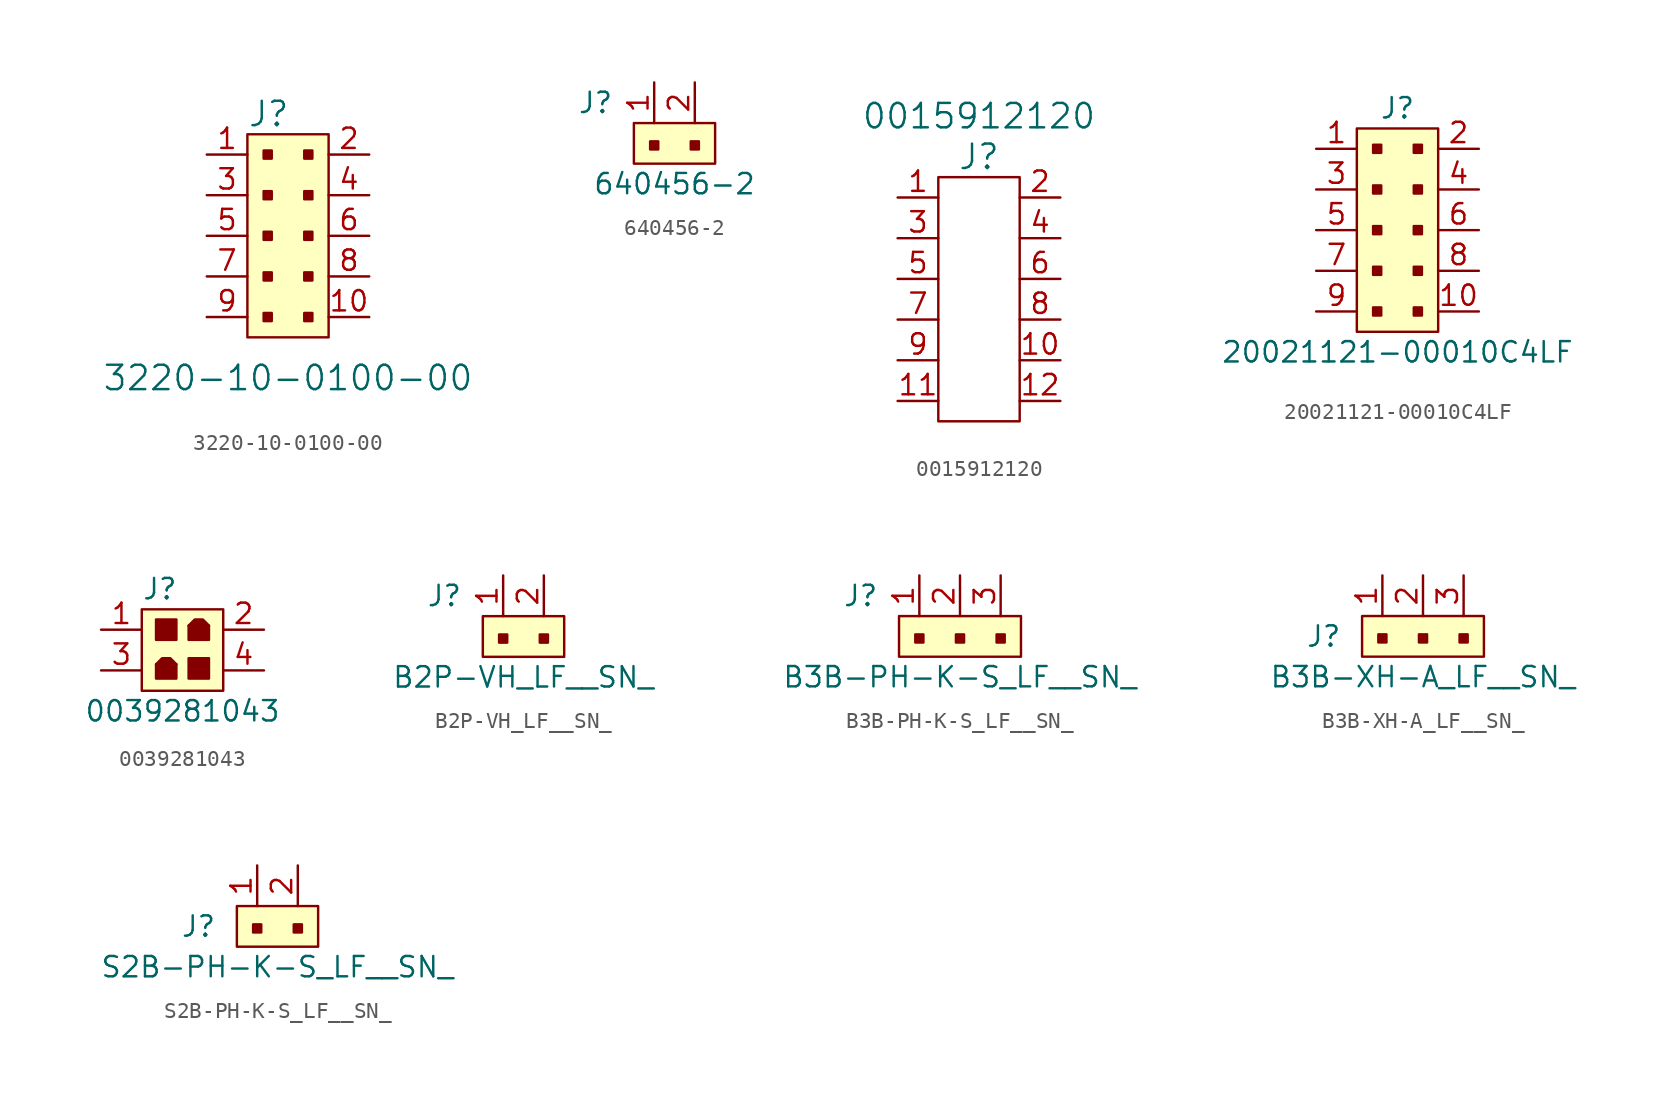
<source format=kicad_sym>
(kicad_symbol_lib
  (version 20211014)
  (generator kicad_symbol_editor)
  (symbol "3220-10-0100-00"
    (pin_names
      (offset 1.016))
    (property "Reference" "J"
      (at -2.54 7.62 0)
      (effects (font (size 1.524 1.524)) (justify left)))
    (property "Value" "3220-10-0100-00"
      (at 0 -8.89 0)
      (effects (font (size 1.524 1.524))))
    (symbol "3220-10-0100-00_0_1"
      (rectangle (start -2.54 6.35) (end 2.54 -6.35) (stroke (width 0) (type default) (color 0 0 0 0)) (fill (type background)))
      (rectangle (start -1.524 -4.826) (end -1.016 -5.334) (stroke (width 0) (type default) (color 0 0 0 0)) (fill (type outline)))
      (rectangle (start -1.524 -2.286) (end -1.016 -2.794) (stroke (width 0) (type default) (color 0 0 0 0)) (fill (type outline)))
      (rectangle (start -1.524 0.254) (end -1.016 -0.254) (stroke (width 0) (type default) (color 0 0 0 0)) (fill (type outline)))
      (rectangle (start -1.524 2.794) (end -1.016 2.286) (stroke (width 0) (type default) (color 0 0 0 0)) (fill (type outline)))
      (rectangle (start -1.524 5.334) (end -1.016 4.826) (stroke (width 0) (type default) (color 0 0 0 0)) (fill (type outline)))
      (rectangle (start 1.016 -4.826) (end 1.524 -5.334) (stroke (width 0) (type default) (color 0 0 0 0)) (fill (type outline)))
      (rectangle (start 1.016 -2.286) (end 1.524 -2.794) (stroke (width 0) (type default) (color 0 0 0 0)) (fill (type outline)))
      (rectangle (start 1.016 0.254) (end 1.524 -0.254) (stroke (width 0) (type default) (color 0 0 0 0)) (fill (type outline)))
      (rectangle (start 1.016 2.794) (end 1.524 2.286) (stroke (width 0) (type default) (color 0 0 0 0)) (fill (type outline)))
      (rectangle (start 1.016 5.334) (end 1.524 4.826) (stroke (width 0) (type default) (color 0 0 0 0)) (fill (type outline))))
    (symbol "3220-10-0100-00_1_1"
      (pin passive line (at -5.08 5.08 0) (length 2.54) (name "~" (effects (font (size 1.27 1.27)))) (number "1" (effects (font (size 1.27 1.27)))))
      (pin passive line (at 5.08 -5.08 180) (length 2.54) (name "~" (effects (font (size 1.27 1.27)))) (number "10" (effects (font (size 1.27 1.27)))))
      (pin passive line (at 5.08 5.08 180) (length 2.54) (name "~" (effects (font (size 1.27 1.27)))) (number "2" (effects (font (size 1.27 1.27)))))
      (pin passive line (at -5.08 2.54 0) (length 2.54) (name "~" (effects (font (size 1.27 1.27)))) (number "3" (effects (font (size 1.27 1.27)))))
      (pin passive line (at 5.08 2.54 180) (length 2.54) (name "~" (effects (font (size 1.27 1.27)))) (number "4" (effects (font (size 1.27 1.27)))))
      (pin passive line (at -5.08 0 0) (length 2.54) (name "~" (effects (font (size 1.27 1.27)))) (number "5" (effects (font (size 1.27 1.27)))))
      (pin passive line (at 5.08 0 180) (length 2.54) (name "~" (effects (font (size 1.27 1.27)))) (number "6" (effects (font (size 1.27 1.27)))))
      (pin passive line (at -5.08 -2.54 0) (length 2.54) (name "~" (effects (font (size 1.27 1.27)))) (number "7" (effects (font (size 1.27 1.27)))))
      (pin passive line (at 5.08 -2.54 180) (length 2.54) (name "~" (effects (font (size 1.27 1.27)))) (number "8" (effects (font (size 1.27 1.27)))))
      (pin passive line (at -5.08 -5.08 0) (length 2.54) (name "~" (effects (font (size 1.27 1.27)))) (number "9" (effects (font (size 1.27 1.27)))))))
  (symbol "640456-2"
    (pin_names
      (offset 1.016))
    (property "Reference" "J"
      (at -2.54 1.27 0)
      (effects (font (size 1.27 1.27)) (justify right)))
    (property "Value" "640456-2"
      (at 1.27 -3.81 0)
      (effects (font (size 1.27 1.27))))
    (symbol "640456-2_1_1"
      (rectangle (start -1.27 0) (end 3.81 -2.54) (stroke (width 0) (type default) (color 0 0 0 0)) (fill (type background)))
      (rectangle (start -0.254 -1.143) (end 0.254 -1.651) (stroke (width 0) (type default) (color 0 0 0 0)) (fill (type outline)))
      (rectangle (start 2.286 -1.143) (end 2.794 -1.651) (stroke (width 0) (type default) (color 0 0 0 0)) (fill (type outline)))
      (pin passive line (at 0 2.54 270) (length 2.54) (name "~" (effects (font (size 1.27 1.27)))) (number "1" (effects (font (size 1.27 1.27)))))
      (pin passive line (at 2.54 2.54 270) (length 2.54) (name "~" (effects (font (size 1.27 1.27)))) (number "2" (effects (font (size 1.27 1.27)))))))
  (symbol "0015912120"
    (pin_names
      (offset 1.016))
    (property "Reference" "J"
      (at 0 7.62 0)
      (effects (font (size 1.524 1.524))))
    (property "Value" "0015912120"
      (at 0 10.16 0)
      (effects (font (size 1.524 1.524))))
    (symbol "0015912120_0_1"
      (rectangle (start -2.54 6.35) (end 2.54 -8.89) (stroke (width 0) (type default) (color 0 0 0 0)) (fill (type none))))
    (symbol "0015912120_1_1"
      (pin passive line (at -5.08 5.08 0) (length 2.54) (name "~" (effects (font (size 1.27 1.27)))) (number "1" (effects (font (size 1.27 1.27)))))
      (pin passive line (at 5.08 -5.08 180) (length 2.54) (name "~" (effects (font (size 1.27 1.27)))) (number "10" (effects (font (size 1.27 1.27)))))
      (pin passive line (at -5.08 -7.62 0) (length 2.54) (name "~" (effects (font (size 1.27 1.27)))) (number "11" (effects (font (size 1.27 1.27)))))
      (pin passive line (at 5.08 -7.62 180) (length 2.54) (name "~" (effects (font (size 1.27 1.27)))) (number "12" (effects (font (size 1.27 1.27)))))
      (pin passive line (at 5.08 5.08 180) (length 2.54) (name "~" (effects (font (size 1.27 1.27)))) (number "2" (effects (font (size 1.27 1.27)))))
      (pin passive line (at -5.08 2.54 0) (length 2.54) (name "~" (effects (font (size 1.27 1.27)))) (number "3" (effects (font (size 1.27 1.27)))))
      (pin passive line (at 5.08 2.54 180) (length 2.54) (name "~" (effects (font (size 1.27 1.27)))) (number "4" (effects (font (size 1.27 1.27)))))
      (pin passive line (at -5.08 0 0) (length 2.54) (name "~" (effects (font (size 1.27 1.27)))) (number "5" (effects (font (size 1.27 1.27)))))
      (pin passive line (at 5.08 0 180) (length 2.54) (name "~" (effects (font (size 1.27 1.27)))) (number "6" (effects (font (size 1.27 1.27)))))
      (pin passive line (at -5.08 -2.54 0) (length 2.54) (name "~" (effects (font (size 1.27 1.27)))) (number "7" (effects (font (size 1.27 1.27)))))
      (pin passive line (at 5.08 -2.54 180) (length 2.54) (name "~" (effects (font (size 1.27 1.27)))) (number "8" (effects (font (size 1.27 1.27)))))
      (pin passive line (at -5.08 -5.08 0) (length 2.54) (name "~" (effects (font (size 1.27 1.27)))) (number "9" (effects (font (size 1.27 1.27)))))))
  (symbol "20021121-00010C4LF"
    (pin_names
      (offset 1.016))
    (property "Reference" "J"
      (at 0 7.62 0)
      (effects (font (size 1.27 1.27))))
    (property "Value" "20021121-00010C4LF"
      (at 0 -7.62 0)
      (effects (font (size 1.27 1.27))))
    (symbol "20021121-00010C4LF_1_1"
      (rectangle (start -2.54 6.35) (end 2.54 -6.35) (stroke (width 0) (type default) (color 0 0 0 0)) (fill (type background)))
      (rectangle (start -1.524 -4.826) (end -1.016 -5.334) (stroke (width 0) (type default) (color 0 0 0 0)) (fill (type outline)))
      (rectangle (start -1.524 -2.286) (end -1.016 -2.794) (stroke (width 0) (type default) (color 0 0 0 0)) (fill (type outline)))
      (rectangle (start -1.524 0.254) (end -1.016 -0.254) (stroke (width 0) (type default) (color 0 0 0 0)) (fill (type outline)))
      (rectangle (start -1.524 2.794) (end -1.016 2.286) (stroke (width 0) (type default) (color 0 0 0 0)) (fill (type outline)))
      (rectangle (start -1.524 5.334) (end -1.016 4.826) (stroke (width 0) (type default) (color 0 0 0 0)) (fill (type outline)))
      (rectangle (start 1.016 -4.826) (end 1.524 -5.334) (stroke (width 0) (type default) (color 0 0 0 0)) (fill (type outline)))
      (rectangle (start 1.016 -2.286) (end 1.524 -2.794) (stroke (width 0) (type default) (color 0 0 0 0)) (fill (type outline)))
      (rectangle (start 1.016 0.254) (end 1.524 -0.254) (stroke (width 0) (type default) (color 0 0 0 0)) (fill (type outline)))
      (rectangle (start 1.016 2.794) (end 1.524 2.286) (stroke (width 0) (type default) (color 0 0 0 0)) (fill (type outline)))
      (rectangle (start 1.016 5.334) (end 1.524 4.826) (stroke (width 0) (type default) (color 0 0 0 0)) (fill (type outline)))
      (pin passive line (at -5.08 5.08 0) (length 2.54) (name "~" (effects (font (size 1.27 1.27)))) (number "1" (effects (font (size 1.27 1.27)))))
      (pin passive line (at 5.08 -5.08 180) (length 2.54) (name "~" (effects (font (size 1.27 1.27)))) (number "10" (effects (font (size 1.27 1.27)))))
      (pin passive line (at 5.08 5.08 180) (length 2.54) (name "~" (effects (font (size 1.27 1.27)))) (number "2" (effects (font (size 1.27 1.27)))))
      (pin passive line (at -5.08 2.54 0) (length 2.54) (name "~" (effects (font (size 1.27 1.27)))) (number "3" (effects (font (size 1.27 1.27)))))
      (pin passive line (at 5.08 2.54 180) (length 2.54) (name "~" (effects (font (size 1.27 1.27)))) (number "4" (effects (font (size 1.27 1.27)))))
      (pin passive line (at -5.08 0 0) (length 2.54) (name "~" (effects (font (size 1.27 1.27)))) (number "5" (effects (font (size 1.27 1.27)))))
      (pin passive line (at 5.08 0 180) (length 2.54) (name "~" (effects (font (size 1.27 1.27)))) (number "6" (effects (font (size 1.27 1.27)))))
      (pin passive line (at -5.08 -2.54 0) (length 2.54) (name "~" (effects (font (size 1.27 1.27)))) (number "7" (effects (font (size 1.27 1.27)))))
      (pin passive line (at 5.08 -2.54 180) (length 2.54) (name "~" (effects (font (size 1.27 1.27)))) (number "8" (effects (font (size 1.27 1.27)))))
      (pin passive line (at -5.08 -5.08 0) (length 2.54) (name "~" (effects (font (size 1.27 1.27)))) (number "9" (effects (font (size 1.27 1.27)))))))
  (symbol "0039281043"
    (pin_names
      (offset 1.016))
    (property "Reference" "J"
      (at -2.54 5.08 0)
      (effects (font (size 1.27 1.27)) (justify left)))
    (property "Value" "0039281043"
      (at 0 -2.54 0)
      (effects (font (size 1.27 1.27))))
    (symbol "0039281043_0_1"
      (polyline (pts (xy -0.381 0.381) (xy -0.762 0.762) (xy -1.27 0.762) (xy -1.651 0.381)) (stroke (width 0) (type default) (color 0 0 0 0)) (fill (type outline)))
      (polyline (pts (xy 0.381 2.794) (xy 0.762 3.175) (xy 1.27 3.175) (xy 1.651 2.794)) (stroke (width 0) (type default) (color 0 0 0 0)) (fill (type outline))))
    (symbol "0039281043_1_1"
      (rectangle (start -2.54 3.81) (end 2.54 -1.27) (stroke (width 0) (type default) (color 0 0 0 0)) (fill (type background)))
      (rectangle (start -1.651 3.175) (end -0.381 1.905) (stroke (width 0) (type default) (color 0 0 0 0)) (fill (type outline)))
      (rectangle (start -0.381 0.381) (end -1.651 -0.508) (stroke (width 0) (type default) (color 0 0 0 0)) (fill (type outline)))
      (rectangle (start 0.381 2.794) (end 1.651 1.905) (stroke (width 0) (type default) (color 0 0 0 0)) (fill (type outline)))
      (rectangle (start 1.651 0.762) (end 0.381 -0.508) (stroke (width 0) (type default) (color 0 0 0 0)) (fill (type outline)))
      (pin passive line (at -5.08 2.54 0) (length 2.54) (name "~" (effects (font (size 1.27 1.27)))) (number "1" (effects (font (size 1.27 1.27)))))
      (pin passive line (at 5.08 2.54 180) (length 2.54) (name "~" (effects (font (size 1.27 1.27)))) (number "2" (effects (font (size 1.27 1.27)))))
      (pin passive line (at -5.08 0 0) (length 2.54) (name "~" (effects (font (size 1.27 1.27)))) (number "3" (effects (font (size 1.27 1.27)))))
      (pin passive line (at 5.08 0 180) (length 2.54) (name "~" (effects (font (size 1.27 1.27)))) (number "4" (effects (font (size 1.27 1.27)))))))
  (symbol "B2P-VH_LF__SN_"
    (pin_names
      (offset 1.016))
    (property "Reference" "J"
      (at -2.54 1.27 0)
      (effects (font (size 1.27 1.27)) (justify right)))
    (property "Value" "B2P-VH_LF__SN_"
      (at 1.27 -3.81 0)
      (effects (font (size 1.27 1.27))))
    (symbol "B2P-VH_LF__SN__0_1"
      (rectangle (start -1.27 0) (end 3.81 -2.54) (stroke (width 0) (type default) (color 0 0 0 0)) (fill (type background)))
      (rectangle (start -0.254 -1.143) (end 0.254 -1.651) (stroke (width 0) (type default) (color 0 0 0 0)) (fill (type outline)))
      (rectangle (start 2.286 -1.143) (end 2.794 -1.651) (stroke (width 0) (type default) (color 0 0 0 0)) (fill (type outline))))
    (symbol "B2P-VH_LF__SN__1_1"
      (pin passive line (at 0 2.54 270) (length 2.54) (name "~" (effects (font (size 1.27 1.27)))) (number "1" (effects (font (size 1.27 1.27)))))
      (pin passive line (at 2.54 2.54 270) (length 2.54) (name "~" (effects (font (size 1.27 1.27)))) (number "2" (effects (font (size 1.27 1.27)))))))
  (symbol "B3B-PH-K-S_LF__SN_"
    (pin_names
      (offset 1.016))
    (property "Reference" "J"
      (at -2.54 2.54 0)
      (effects (font (size 1.27 1.27)) (justify right)))
    (property "Value" "B3B-PH-K-S_LF__SN_"
      (at 2.54 -2.54 0)
      (effects (font (size 1.27 1.27))))
    (symbol "B3B-PH-K-S_LF__SN__1_1"
      (rectangle (start -1.27 1.27) (end 6.35 -1.27) (stroke (width 0) (type default) (color 0 0 0 0)) (fill (type background)))
      (rectangle (start -0.254 0.127) (end 0.254 -0.381) (stroke (width 0) (type default) (color 0 0 0 0)) (fill (type outline)))
      (rectangle (start 2.286 0.127) (end 2.794 -0.381) (stroke (width 0) (type default) (color 0 0 0 0)) (fill (type outline)))
      (rectangle (start 4.826 0.127) (end 5.334 -0.381) (stroke (width 0) (type default) (color 0 0 0 0)) (fill (type outline)))
      (pin passive line (at 0 3.81 270) (length 2.54) (name "~" (effects (font (size 1.27 1.27)))) (number "1" (effects (font (size 1.27 1.27)))))
      (pin passive line (at 2.54 3.81 270) (length 2.54) (name "~" (effects (font (size 1.27 1.27)))) (number "2" (effects (font (size 1.27 1.27)))))
      (pin passive line (at 5.08 3.81 270) (length 2.54) (name "~" (effects (font (size 1.27 1.27)))) (number "3" (effects (font (size 1.27 1.27)))))))
  (symbol "B3B-XH-A_LF__SN_"
    (pin_names
      (offset 1.016) hide)
    (property "Reference" "J"
      (at -2.54 -1.27 0)
      (effects (font (size 1.27 1.27)) (justify right)))
    (property "Value" "B3B-XH-A_LF__SN_"
      (at 2.54 -3.81 0)
      (effects (font (size 1.27 1.27))))
    (symbol "B3B-XH-A_LF__SN__1_1"
      (rectangle (start -1.27 0) (end 6.35 -2.54) (stroke (width 0) (type default) (color 0 0 0 0)) (fill (type background)))
      (rectangle (start -0.254 -1.143) (end 0.254 -1.651) (stroke (width 0) (type default) (color 0 0 0 0)) (fill (type outline)))
      (rectangle (start 2.286 -1.143) (end 2.794 -1.651) (stroke (width 0) (type default) (color 0 0 0 0)) (fill (type outline)))
      (rectangle (start 4.826 -1.143) (end 5.334 -1.651) (stroke (width 0) (type default) (color 0 0 0 0)) (fill (type outline)))
      (pin passive line (at 0 2.54 270) (length 2.54) (name "~" (effects (font (size 1.27 1.27)))) (number "1" (effects (font (size 1.27 1.27)))))
      (pin passive line (at 2.54 2.54 270) (length 2.54) (name "~" (effects (font (size 1.27 1.27)))) (number "2" (effects (font (size 1.27 1.27)))))
      (pin passive line (at 5.08 2.54 270) (length 2.54) (name "~" (effects (font (size 1.27 1.27)))) (number "3" (effects (font (size 1.27 1.27)))))))
  (symbol "S2B-PH-K-S_LF__SN_"
    (pin_names
      (offset 1.016))
    (property "Reference" "J"
      (at -2.54 -1.27 0)
      (effects (font (size 1.27 1.27)) (justify right)))
    (property "Value" "S2B-PH-K-S_LF__SN_"
      (at 1.27 -3.81 0)
      (effects (font (size 1.27 1.27))))
    (symbol "S2B-PH-K-S_LF__SN__1_1"
      (rectangle (start -1.27 0) (end 3.81 -2.54) (stroke (width 0) (type default) (color 0 0 0 0)) (fill (type background)))
      (rectangle (start -0.254 -1.143) (end 0.254 -1.651) (stroke (width 0) (type default) (color 0 0 0 0)) (fill (type outline)))
      (rectangle (start 2.286 -1.143) (end 2.794 -1.651) (stroke (width 0) (type default) (color 0 0 0 0)) (fill (type outline)))
      (pin passive line (at 0 2.54 270) (length 2.54) (name "~" (effects (font (size 1.27 1.27)))) (number "1" (effects (font (size 1.27 1.27)))))
      (pin passive line (at 2.54 2.54 270) (length 2.54) (name "~" (effects (font (size 1.27 1.27)))) (number "2" (effects (font (size 1.27 1.27))))))))
</source>
